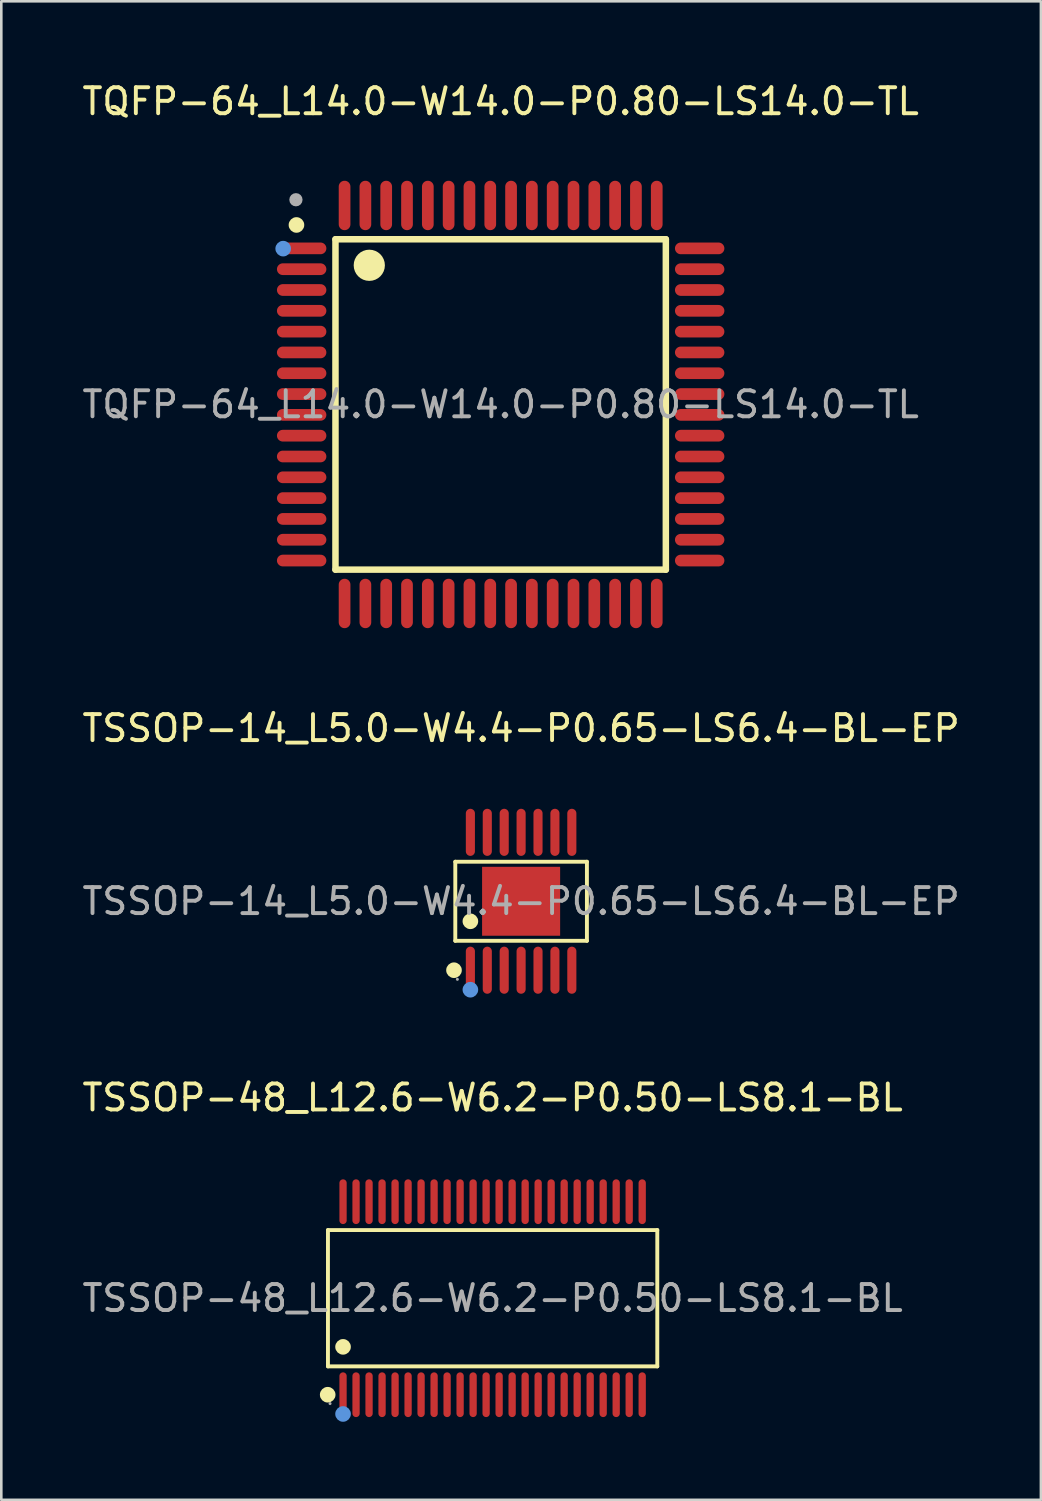
<source format=kicad_pcb>
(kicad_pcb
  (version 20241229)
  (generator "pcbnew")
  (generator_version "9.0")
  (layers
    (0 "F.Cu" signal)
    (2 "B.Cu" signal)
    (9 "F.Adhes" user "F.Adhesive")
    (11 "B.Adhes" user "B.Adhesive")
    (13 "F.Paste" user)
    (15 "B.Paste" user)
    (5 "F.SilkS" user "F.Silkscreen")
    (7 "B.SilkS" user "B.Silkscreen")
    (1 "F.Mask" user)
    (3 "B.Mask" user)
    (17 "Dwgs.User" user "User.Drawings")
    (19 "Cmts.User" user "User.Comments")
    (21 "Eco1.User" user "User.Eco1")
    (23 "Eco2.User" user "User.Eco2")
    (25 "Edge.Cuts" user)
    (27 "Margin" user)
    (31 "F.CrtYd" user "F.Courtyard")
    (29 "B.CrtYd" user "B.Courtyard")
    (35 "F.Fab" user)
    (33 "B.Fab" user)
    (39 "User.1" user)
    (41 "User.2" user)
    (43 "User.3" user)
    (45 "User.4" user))
  (footprint "TQFP-64_L14.0-W14.0-P0.80-LS14.0-TL"
    (layer "F.Cu")
    (at 16.196 12.498)
    (property "Reference" "TQFP-64_L14.0-W14.0-P0.80-LS14.0-TL" (at 0 -11.65 0) (layer "F.SilkS") (effects (font (size 1 1) (thickness 0.15))))
    (attr through_hole)
    (fp_line (start -6.35 -6.35) (end 6.35 -6.35) (stroke (width 0.25) (type solid)) (layer "F.SilkS"))
    (fp_line (start -6.35 6.35) (end -6.35 -6.35) (stroke (width 0.25) (type solid)) (layer "F.SilkS"))
    (fp_line (start 6.35 -6.35) (end 6.35 6.35) (stroke (width 0.25) (type solid)) (layer "F.SilkS"))
    (fp_line (start 6.35 6.35) (end -6.35 6.35) (stroke (width 0.25) (type solid)) (layer "F.SilkS"))
    (fp_arc (start -7.85 -6.9) (mid -7.85 -6.9) (end -7.85 -6.9) (stroke (width 0.3) (type solid)) (layer "F.SilkS"))
    (fp_arc (start -5.05 -5.35) (mid -5.05 -5.35) (end -5.05 -5.35) (stroke (width 0.6) (type solid)) (layer "F.SilkS"))
    (fp_circle (center -8.36 -5.99) (end -8.21 -5.99) (stroke (width 0.3) (type solid)) (fill no) (layer "Cmts.User"))
    (fp_circle (center -7.87 -7.87) (end -7.74 -7.87) (stroke (width 0.25) (type solid)) (fill no) (layer "F.Fab"))
    (fp_text user "${REFERENCE}" (at 0 0 0) (layer "F.Fab") (effects (font (size 1 1) (thickness 0.15))))
    (pad "1" smd oval (at -7.65 -6 90) (size 0.45 1.9) (layers "F.Cu" "F.Mask" "F.Paste"))
    (pad "2" smd oval (at -7.65 -5.2 90) (size 0.45 1.9) (layers "F.Cu" "F.Mask" "F.Paste"))
    (pad "3" smd oval (at -7.65 -4.4 90) (size 0.45 1.9) (layers "F.Cu" "F.Mask" "F.Paste"))
    (pad "4" smd oval (at -7.65 -3.6 90) (size 0.45 1.9) (layers "F.Cu" "F.Mask" "F.Paste"))
    (pad "5" smd oval (at -7.65 -2.8 90) (size 0.45 1.9) (layers "F.Cu" "F.Mask" "F.Paste"))
    (pad "6" smd oval (at -7.65 -2 90) (size 0.45 1.9) (layers "F.Cu" "F.Mask" "F.Paste"))
    (pad "7" smd oval (at -7.65 -1.2 90) (size 0.45 1.9) (layers "F.Cu" "F.Mask" "F.Paste"))
    (pad "8" smd oval (at -7.65 -0.4 90) (size 0.45 1.9) (layers "F.Cu" "F.Mask" "F.Paste"))
    (pad "9" smd oval (at -7.65 0.4 90) (size 0.45 1.9) (layers "F.Cu" "F.Mask" "F.Paste"))
    (pad "10" smd oval (at -7.65 1.2 90) (size 0.45 1.9) (layers "F.Cu" "F.Mask" "F.Paste"))
    (pad "11" smd oval (at -7.65 2 90) (size 0.45 1.9) (layers "F.Cu" "F.Mask" "F.Paste"))
    (pad "12" smd oval (at -7.65 2.8 90) (size 0.45 1.9) (layers "F.Cu" "F.Mask" "F.Paste"))
    (pad "13" smd oval (at -7.65 3.6 90) (size 0.45 1.9) (layers "F.Cu" "F.Mask" "F.Paste"))
    (pad "14" smd oval (at -7.65 4.4 90) (size 0.45 1.9) (layers "F.Cu" "F.Mask" "F.Paste"))
    (pad "15" smd oval (at -7.65 5.2 90) (size 0.45 1.9) (layers "F.Cu" "F.Mask" "F.Paste"))
    (pad "16" smd oval (at -7.65 6 90) (size 0.45 1.9) (layers "F.Cu" "F.Mask" "F.Paste"))
    (pad "17" smd oval (at -6 7.65) (size 0.45 1.9) (layers "F.Cu" "F.Mask" "F.Paste"))
    (pad "18" smd oval (at -5.2 7.65) (size 0.45 1.9) (layers "F.Cu" "F.Mask" "F.Paste"))
    (pad "19" smd oval (at -4.4 7.65) (size 0.45 1.9) (layers "F.Cu" "F.Mask" "F.Paste"))
    (pad "20" smd oval (at -3.6 7.65) (size 0.45 1.9) (layers "F.Cu" "F.Mask" "F.Paste"))
    (pad "21" smd oval (at -2.8 7.65) (size 0.45 1.9) (layers "F.Cu" "F.Mask" "F.Paste"))
    (pad "22" smd oval (at -2 7.65) (size 0.45 1.9) (layers "F.Cu" "F.Mask" "F.Paste"))
    (pad "23" smd oval (at -1.2 7.65) (size 0.45 1.9) (layers "F.Cu" "F.Mask" "F.Paste"))
    (pad "24" smd oval (at -0.4 7.65) (size 0.45 1.9) (layers "F.Cu" "F.Mask" "F.Paste"))
    (pad "25" smd oval (at 0.4 7.65) (size 0.45 1.9) (layers "F.Cu" "F.Mask" "F.Paste"))
    (pad "26" smd oval (at 1.2 7.65) (size 0.45 1.9) (layers "F.Cu" "F.Mask" "F.Paste"))
    (pad "27" smd oval (at 2 7.65) (size 0.45 1.9) (layers "F.Cu" "F.Mask" "F.Paste"))
    (pad "28" smd oval (at 2.8 7.65) (size 0.45 1.9) (layers "F.Cu" "F.Mask" "F.Paste"))
    (pad "29" smd oval (at 3.6 7.65) (size 0.45 1.9) (layers "F.Cu" "F.Mask" "F.Paste"))
    (pad "30" smd oval (at 4.4 7.65) (size 0.45 1.9) (layers "F.Cu" "F.Mask" "F.Paste"))
    (pad "31" smd oval (at 5.2 7.65) (size 0.45 1.9) (layers "F.Cu" "F.Mask" "F.Paste"))
    (pad "32" smd oval (at 6 7.65) (size 0.45 1.9) (layers "F.Cu" "F.Mask" "F.Paste"))
    (pad "33" smd oval (at 7.65 6 90) (size 0.45 1.9) (layers "F.Cu" "F.Mask" "F.Paste"))
    (pad "34" smd oval (at 7.65 5.2 90) (size 0.45 1.9) (layers "F.Cu" "F.Mask" "F.Paste"))
    (pad "35" smd oval (at 7.65 4.4 90) (size 0.45 1.9) (layers "F.Cu" "F.Mask" "F.Paste"))
    (pad "36" smd oval (at 7.65 3.6 90) (size 0.45 1.9) (layers "F.Cu" "F.Mask" "F.Paste"))
    (pad "37" smd oval (at 7.65 2.8 90) (size 0.45 1.9) (layers "F.Cu" "F.Mask" "F.Paste"))
    (pad "38" smd oval (at 7.65 2 90) (size 0.45 1.9) (layers "F.Cu" "F.Mask" "F.Paste"))
    (pad "39" smd oval (at 7.65 1.2 90) (size 0.45 1.9) (layers "F.Cu" "F.Mask" "F.Paste"))
    (pad "40" smd oval (at 7.65 0.4 90) (size 0.45 1.9) (layers "F.Cu" "F.Mask" "F.Paste"))
    (pad "41" smd oval (at 7.65 -0.4 90) (size 0.45 1.9) (layers "F.Cu" "F.Mask" "F.Paste"))
    (pad "42" smd oval (at 7.65 -1.2 90) (size 0.45 1.9) (layers "F.Cu" "F.Mask" "F.Paste"))
    (pad "43" smd oval (at 7.65 -2 90) (size 0.45 1.9) (layers "F.Cu" "F.Mask" "F.Paste"))
    (pad "44" smd oval (at 7.65 -2.8 90) (size 0.45 1.9) (layers "F.Cu" "F.Mask" "F.Paste"))
    (pad "45" smd oval (at 7.65 -3.6 90) (size 0.45 1.9) (layers "F.Cu" "F.Mask" "F.Paste"))
    (pad "46" smd oval (at 7.65 -4.4 90) (size 0.45 1.9) (layers "F.Cu" "F.Mask" "F.Paste"))
    (pad "47" smd oval (at 7.65 -5.2 90) (size 0.45 1.9) (layers "F.Cu" "F.Mask" "F.Paste"))
    (pad "48" smd oval (at 7.65 -6 90) (size 0.45 1.9) (layers "F.Cu" "F.Mask" "F.Paste"))
    (pad "49" smd oval (at 6 -7.65) (size 0.45 1.9) (layers "F.Cu" "F.Mask" "F.Paste"))
    (pad "50" smd oval (at 5.2 -7.65) (size 0.45 1.9) (layers "F.Cu" "F.Mask" "F.Paste"))
    (pad "51" smd oval (at 4.4 -7.65) (size 0.45 1.9) (layers "F.Cu" "F.Mask" "F.Paste"))
    (pad "52" smd oval (at 3.6 -7.65) (size 0.45 1.9) (layers "F.Cu" "F.Mask" "F.Paste"))
    (pad "53" smd oval (at 2.8 -7.65) (size 0.45 1.9) (layers "F.Cu" "F.Mask" "F.Paste"))
    (pad "54" smd oval (at 2 -7.65) (size 0.45 1.9) (layers "F.Cu" "F.Mask" "F.Paste"))
    (pad "55" smd oval (at 1.2 -7.65) (size 0.45 1.9) (layers "F.Cu" "F.Mask" "F.Paste"))
    (pad "56" smd oval (at 0.4 -7.65) (size 0.45 1.9) (layers "F.Cu" "F.Mask" "F.Paste"))
    (pad "57" smd oval (at -0.4 -7.65) (size 0.45 1.9) (layers "F.Cu" "F.Mask" "F.Paste"))
    (pad "58" smd oval (at -1.2 -7.65) (size 0.45 1.9) (layers "F.Cu" "F.Mask" "F.Paste"))
    (pad "59" smd oval (at -2 -7.65) (size 0.45 1.9) (layers "F.Cu" "F.Mask" "F.Paste"))
    (pad "60" smd oval (at -2.8 -7.65) (size 0.45 1.9) (layers "F.Cu" "F.Mask" "F.Paste"))
    (pad "61" smd oval (at -3.6 -7.65) (size 0.45 1.9) (layers "F.Cu" "F.Mask" "F.Paste"))
    (pad "62" smd oval (at -4.4 -7.65) (size 0.45 1.9) (layers "F.Cu" "F.Mask" "F.Paste"))
    (pad "63" smd oval (at -5.2 -7.65) (size 0.45 1.9) (layers "F.Cu" "F.Mask" "F.Paste"))
    (pad "64" smd oval (at -6 -7.65) (size 0.45 1.9) (layers "F.Cu" "F.Mask" "F.Paste")))
  (footprint "TSSOP-14_L5.0-W4.4-P0.65-LS6.4-BL-EP"
    (layer "F.Cu")
    (at 16.982 31.596)
    (property "Reference" "TSSOP-14_L5.0-W4.4-P0.65-LS6.4-BL-EP" (at 0 -6.65 0) (layer "F.SilkS") (effects (font (size 1 1) (thickness 0.15))))
    (attr through_hole)
    (fp_line (start -2.53 -1.52) (end 2.53 -1.52) (stroke (width 0.15) (type solid)) (layer "F.SilkS"))
    (fp_line (start -2.53 1.52) (end -2.53 -1.52) (stroke (width 0.15) (type solid)) (layer "F.SilkS"))
    (fp_line (start 2.53 -1.52) (end 2.53 1.52) (stroke (width 0.15) (type solid)) (layer "F.SilkS"))
    (fp_line (start 2.53 1.52) (end -2.53 1.52) (stroke (width 0.15) (type solid)) (layer "F.SilkS"))
    (fp_circle (center -2.58 2.65) (end -2.43 2.65) (stroke (width 0.3) (type solid)) (fill no) (layer "F.SilkS"))
    (fp_circle (center -1.95 0.77) (end -1.8 0.77) (stroke (width 0.3) (type solid)) (fill no) (layer "F.SilkS"))
    (fp_circle (center -1.95 3.4) (end -1.8 3.4) (stroke (width 0.3) (type solid)) (fill no) (layer "Cmts.User"))
    (fp_circle (center -2.45 3) (end -2.42 3) (stroke (width 0.06) (type solid)) (fill no) (layer "F.Fab"))
    (fp_text user "${REFERENCE}" (at 0 0 0) (layer "F.Fab") (effects (font (size 1 1) (thickness 0.15))))
    (pad "1" smd oval (at -1.95 2.65) (size 0.35 1.81) (layers "F.Cu" "F.Mask" "F.Paste"))
    (pad "2" smd oval (at -1.3 2.65) (size 0.35 1.81) (layers "F.Cu" "F.Mask" "F.Paste"))
    (pad "3" smd oval (at -0.65 2.65) (size 0.35 1.81) (layers "F.Cu" "F.Mask" "F.Paste"))
    (pad "4" smd oval (at 0 2.65) (size 0.35 1.81) (layers "F.Cu" "F.Mask" "F.Paste"))
    (pad "5" smd oval (at 0.65 2.65) (size 0.35 1.81) (layers "F.Cu" "F.Mask" "F.Paste"))
    (pad "6" smd oval (at 1.3 2.65) (size 0.35 1.81) (layers "F.Cu" "F.Mask" "F.Paste"))
    (pad "7" smd oval (at 1.95 2.65) (size 0.35 1.81) (layers "F.Cu" "F.Mask" "F.Paste"))
    (pad "8" smd oval (at 1.95 -2.65) (size 0.35 1.81) (layers "F.Cu" "F.Mask" "F.Paste"))
    (pad "9" smd oval (at 1.3 -2.65) (size 0.35 1.81) (layers "F.Cu" "F.Mask" "F.Paste"))
    (pad "10" smd oval (at 0.65 -2.65) (size 0.35 1.81) (layers "F.Cu" "F.Mask" "F.Paste"))
    (pad "11" smd oval (at 0 -2.65) (size 0.35 1.81) (layers "F.Cu" "F.Mask" "F.Paste"))
    (pad "12" smd oval (at -0.65 -2.65) (size 0.35 1.81) (layers "F.Cu" "F.Mask" "F.Paste"))
    (pad "13" smd oval (at -1.3 -2.65) (size 0.35 1.81) (layers "F.Cu" "F.Mask" "F.Paste"))
    (pad "14" smd oval (at -1.95 -2.65) (size 0.35 1.81) (layers "F.Cu" "F.Mask" "F.Paste"))
    (pad "15" smd rect (at 0 0) (size 3 2.65) (layers "F.Cu" "F.Mask" "F.Paste")))
  (footprint "TSSOP-48_L12.6-W6.2-P0.50-LS8.1-BL"
    (layer "F.Cu")
    (at 15.887 46.855)
    (property "Reference" "TSSOP-48_L12.6-W6.2-P0.50-LS8.1-BL" (at 0 -7.71 0) (layer "F.SilkS") (effects (font (size 1 1) (thickness 0.15))))
    (attr through_hole)
    (fp_line (start -6.33 -2.62) (end 6.33 -2.62) (stroke (width 0.15) (type solid)) (layer "F.SilkS"))
    (fp_line (start -6.33 2.62) (end -6.33 -2.62) (stroke (width 0.15) (type solid)) (layer "F.SilkS"))
    (fp_line (start 6.33 -2.62) (end 6.33 2.62) (stroke (width 0.15) (type solid)) (layer "F.SilkS"))
    (fp_line (start 6.33 2.62) (end -6.33 2.62) (stroke (width 0.15) (type solid)) (layer "F.SilkS"))
    (fp_circle (center -6.34 3.71) (end -6.19 3.71) (stroke (width 0.3) (type solid)) (fill no) (layer "F.SilkS"))
    (fp_circle (center -5.75 1.87) (end -5.6 1.87) (stroke (width 0.3) (type solid)) (fill no) (layer "F.SilkS"))
    (fp_circle (center -5.75 4.45) (end -5.6 4.45) (stroke (width 0.3) (type solid)) (fill no) (layer "Cmts.User"))
    (fp_circle (center -6.25 4.05) (end -6.22 4.05) (stroke (width 0.06) (type solid)) (fill no) (layer "F.Fab"))
    (fp_text user "${REFERENCE}" (at 0 0 0) (layer "F.Fab") (effects (font (size 1 1) (thickness 0.15))))
    (pad "1" smd oval (at -5.75 3.71) (size 0.28 1.72) (layers "F.Cu" "F.Mask" "F.Paste"))
    (pad "2" smd oval (at -5.25 3.71) (size 0.28 1.72) (layers "F.Cu" "F.Mask" "F.Paste"))
    (pad "3" smd oval (at -4.75 3.71) (size 0.28 1.72) (layers "F.Cu" "F.Mask" "F.Paste"))
    (pad "4" smd oval (at -4.25 3.71) (size 0.28 1.72) (layers "F.Cu" "F.Mask" "F.Paste"))
    (pad "5" smd oval (at -3.75 3.71) (size 0.28 1.72) (layers "F.Cu" "F.Mask" "F.Paste"))
    (pad "6" smd oval (at -3.25 3.71) (size 0.28 1.72) (layers "F.Cu" "F.Mask" "F.Paste"))
    (pad "7" smd oval (at -2.75 3.71) (size 0.28 1.72) (layers "F.Cu" "F.Mask" "F.Paste"))
    (pad "8" smd oval (at -2.25 3.71) (size 0.28 1.72) (layers "F.Cu" "F.Mask" "F.Paste"))
    (pad "9" smd oval (at -1.75 3.71) (size 0.28 1.72) (layers "F.Cu" "F.Mask" "F.Paste"))
    (pad "10" smd oval (at -1.25 3.71) (size 0.28 1.72) (layers "F.Cu" "F.Mask" "F.Paste"))
    (pad "11" smd oval (at -0.75 3.71) (size 0.28 1.72) (layers "F.Cu" "F.Mask" "F.Paste"))
    (pad "12" smd oval (at -0.25 3.71) (size 0.28 1.72) (layers "F.Cu" "F.Mask" "F.Paste"))
    (pad "13" smd oval (at 0.25 3.71) (size 0.28 1.72) (layers "F.Cu" "F.Mask" "F.Paste"))
    (pad "14" smd oval (at 0.75 3.71) (size 0.28 1.72) (layers "F.Cu" "F.Mask" "F.Paste"))
    (pad "15" smd oval (at 1.25 3.71) (size 0.28 1.72) (layers "F.Cu" "F.Mask" "F.Paste"))
    (pad "16" smd oval (at 1.75 3.71) (size 0.28 1.72) (layers "F.Cu" "F.Mask" "F.Paste"))
    (pad "17" smd oval (at 2.25 3.71) (size 0.28 1.72) (layers "F.Cu" "F.Mask" "F.Paste"))
    (pad "18" smd oval (at 2.75 3.71) (size 0.28 1.72) (layers "F.Cu" "F.Mask" "F.Paste"))
    (pad "19" smd oval (at 3.25 3.71) (size 0.28 1.72) (layers "F.Cu" "F.Mask" "F.Paste"))
    (pad "20" smd oval (at 3.75 3.71) (size 0.28 1.72) (layers "F.Cu" "F.Mask" "F.Paste"))
    (pad "21" smd oval (at 4.25 3.71) (size 0.28 1.72) (layers "F.Cu" "F.Mask" "F.Paste"))
    (pad "22" smd oval (at 4.75 3.71) (size 0.28 1.72) (layers "F.Cu" "F.Mask" "F.Paste"))
    (pad "23" smd oval (at 5.25 3.71) (size 0.28 1.72) (layers "F.Cu" "F.Mask" "F.Paste"))
    (pad "24" smd oval (at 5.75 3.71) (size 0.28 1.72) (layers "F.Cu" "F.Mask" "F.Paste"))
    (pad "25" smd oval (at 5.75 -3.71) (size 0.28 1.72) (layers "F.Cu" "F.Mask" "F.Paste"))
    (pad "26" smd oval (at 5.25 -3.71) (size 0.28 1.72) (layers "F.Cu" "F.Mask" "F.Paste"))
    (pad "27" smd oval (at 4.75 -3.71) (size 0.28 1.72) (layers "F.Cu" "F.Mask" "F.Paste"))
    (pad "28" smd oval (at 4.25 -3.71) (size 0.28 1.72) (layers "F.Cu" "F.Mask" "F.Paste"))
    (pad "29" smd oval (at 3.75 -3.71) (size 0.28 1.72) (layers "F.Cu" "F.Mask" "F.Paste"))
    (pad "30" smd oval (at 3.25 -3.71) (size 0.28 1.72) (layers "F.Cu" "F.Mask" "F.Paste"))
    (pad "31" smd oval (at 2.75 -3.71) (size 0.28 1.72) (layers "F.Cu" "F.Mask" "F.Paste"))
    (pad "32" smd oval (at 2.25 -3.71) (size 0.28 1.72) (layers "F.Cu" "F.Mask" "F.Paste"))
    (pad "33" smd oval (at 1.75 -3.71) (size 0.28 1.72) (layers "F.Cu" "F.Mask" "F.Paste"))
    (pad "34" smd oval (at 1.25 -3.71) (size 0.28 1.72) (layers "F.Cu" "F.Mask" "F.Paste"))
    (pad "35" smd oval (at 0.75 -3.71) (size 0.28 1.72) (layers "F.Cu" "F.Mask" "F.Paste"))
    (pad "36" smd oval (at 0.25 -3.71) (size 0.28 1.72) (layers "F.Cu" "F.Mask" "F.Paste"))
    (pad "37" smd oval (at -0.25 -3.71) (size 0.28 1.72) (layers "F.Cu" "F.Mask" "F.Paste"))
    (pad "38" smd oval (at -0.75 -3.71) (size 0.28 1.72) (layers "F.Cu" "F.Mask" "F.Paste"))
    (pad "39" smd oval (at -1.25 -3.71) (size 0.28 1.72) (layers "F.Cu" "F.Mask" "F.Paste"))
    (pad "40" smd oval (at -1.75 -3.71) (size 0.28 1.72) (layers "F.Cu" "F.Mask" "F.Paste"))
    (pad "41" smd oval (at -2.25 -3.71) (size 0.28 1.72) (layers "F.Cu" "F.Mask" "F.Paste"))
    (pad "42" smd oval (at -2.75 -3.71) (size 0.28 1.72) (layers "F.Cu" "F.Mask" "F.Paste"))
    (pad "43" smd oval (at -3.25 -3.71) (size 0.28 1.72) (layers "F.Cu" "F.Mask" "F.Paste"))
    (pad "44" smd oval (at -3.75 -3.71) (size 0.28 1.72) (layers "F.Cu" "F.Mask" "F.Paste"))
    (pad "45" smd oval (at -4.25 -3.71) (size 0.28 1.72) (layers "F.Cu" "F.Mask" "F.Paste"))
    (pad "46" smd oval (at -4.75 -3.71) (size 0.28 1.72) (layers "F.Cu" "F.Mask" "F.Paste"))
    (pad "47" smd oval (at -5.25 -3.71) (size 0.28 1.72) (layers "F.Cu" "F.Mask" "F.Paste"))
    (pad "48" smd oval (at -5.75 -3.71) (size 0.28 1.72) (layers "F.Cu" "F.Mask" "F.Paste")))
  (gr_rect
    (start -3 -3)
    (end 36.964 54.605)
    (stroke (width 0.1) (type default))
    (fill no)
    (layer "Edge.Cuts")))
</source>
